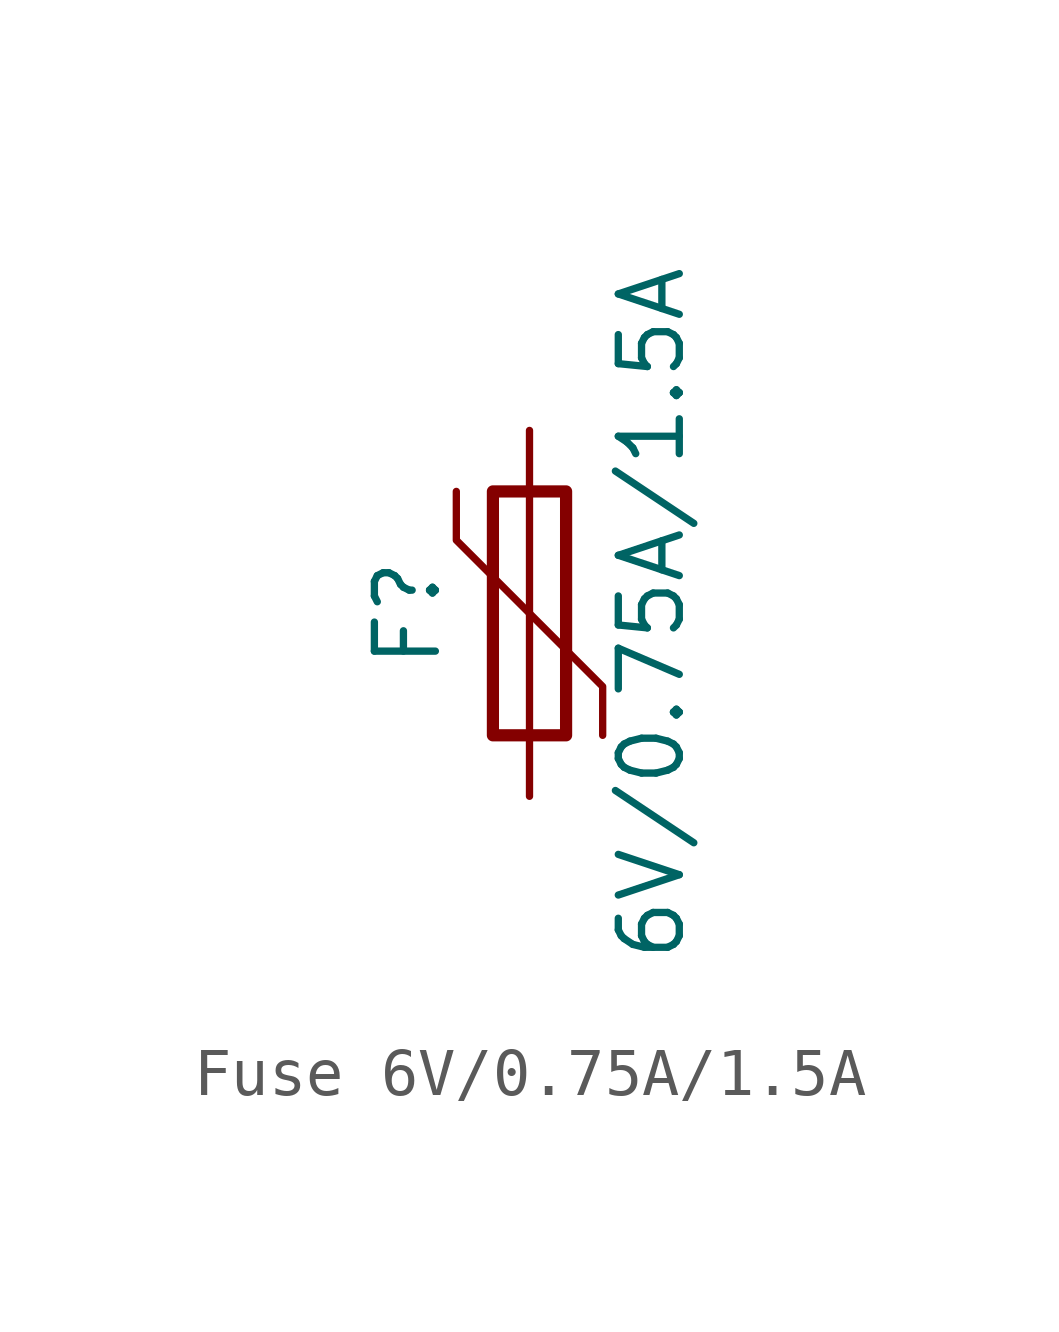
<source format=kicad_sym>
(kicad_symbol_lib
  (version 20220914)
  (generator kicad_symbol_editor)
  (symbol "Fuse 6V/0.75A/1.5A"
    (pin_numbers hide)
    (pin_names
      (offset 0))
    (property "Reference" "F"
      (at -2.54 0 90)
      (effects (font (size 1.27 1.27))))
    (property "Value" "6V/0.75A/1.5A"
      (at 2.54 0 90)
      (effects (font (size 1.27 1.27))))
    (symbol "Fuse 6V/0.75A/1.5A_0_1"
      (rectangle (start -0.762 2.54) (end 0.762 -2.54) (stroke (width 0.254) (type default)) (fill (type none)))
      (polyline (pts (xy 0 2.54) (xy 0 -2.54)) (stroke (width 0) (type default)) (fill (type none)))
      (polyline (pts (xy -1.524 2.54) (xy -1.524 1.524) (xy 1.524 -1.524) (xy 1.524 -2.54)) (stroke (width 0) (type default)) (fill (type none))))
    (symbol "Fuse 6V/0.75A/1.5A_1_1"
      (pin passive line (at 0 3.81 270) (length 1.27) (name "~" (effects (font (size 1.27 1.27)))) (number "1" (effects (font (size 1.27 1.27)))))
      (pin passive line (at 0 -3.81 90) (length 1.27) (name "~" (effects (font (size 1.27 1.27)))) (number "2" (effects (font (size 1.27 1.27))))))))
</source>
